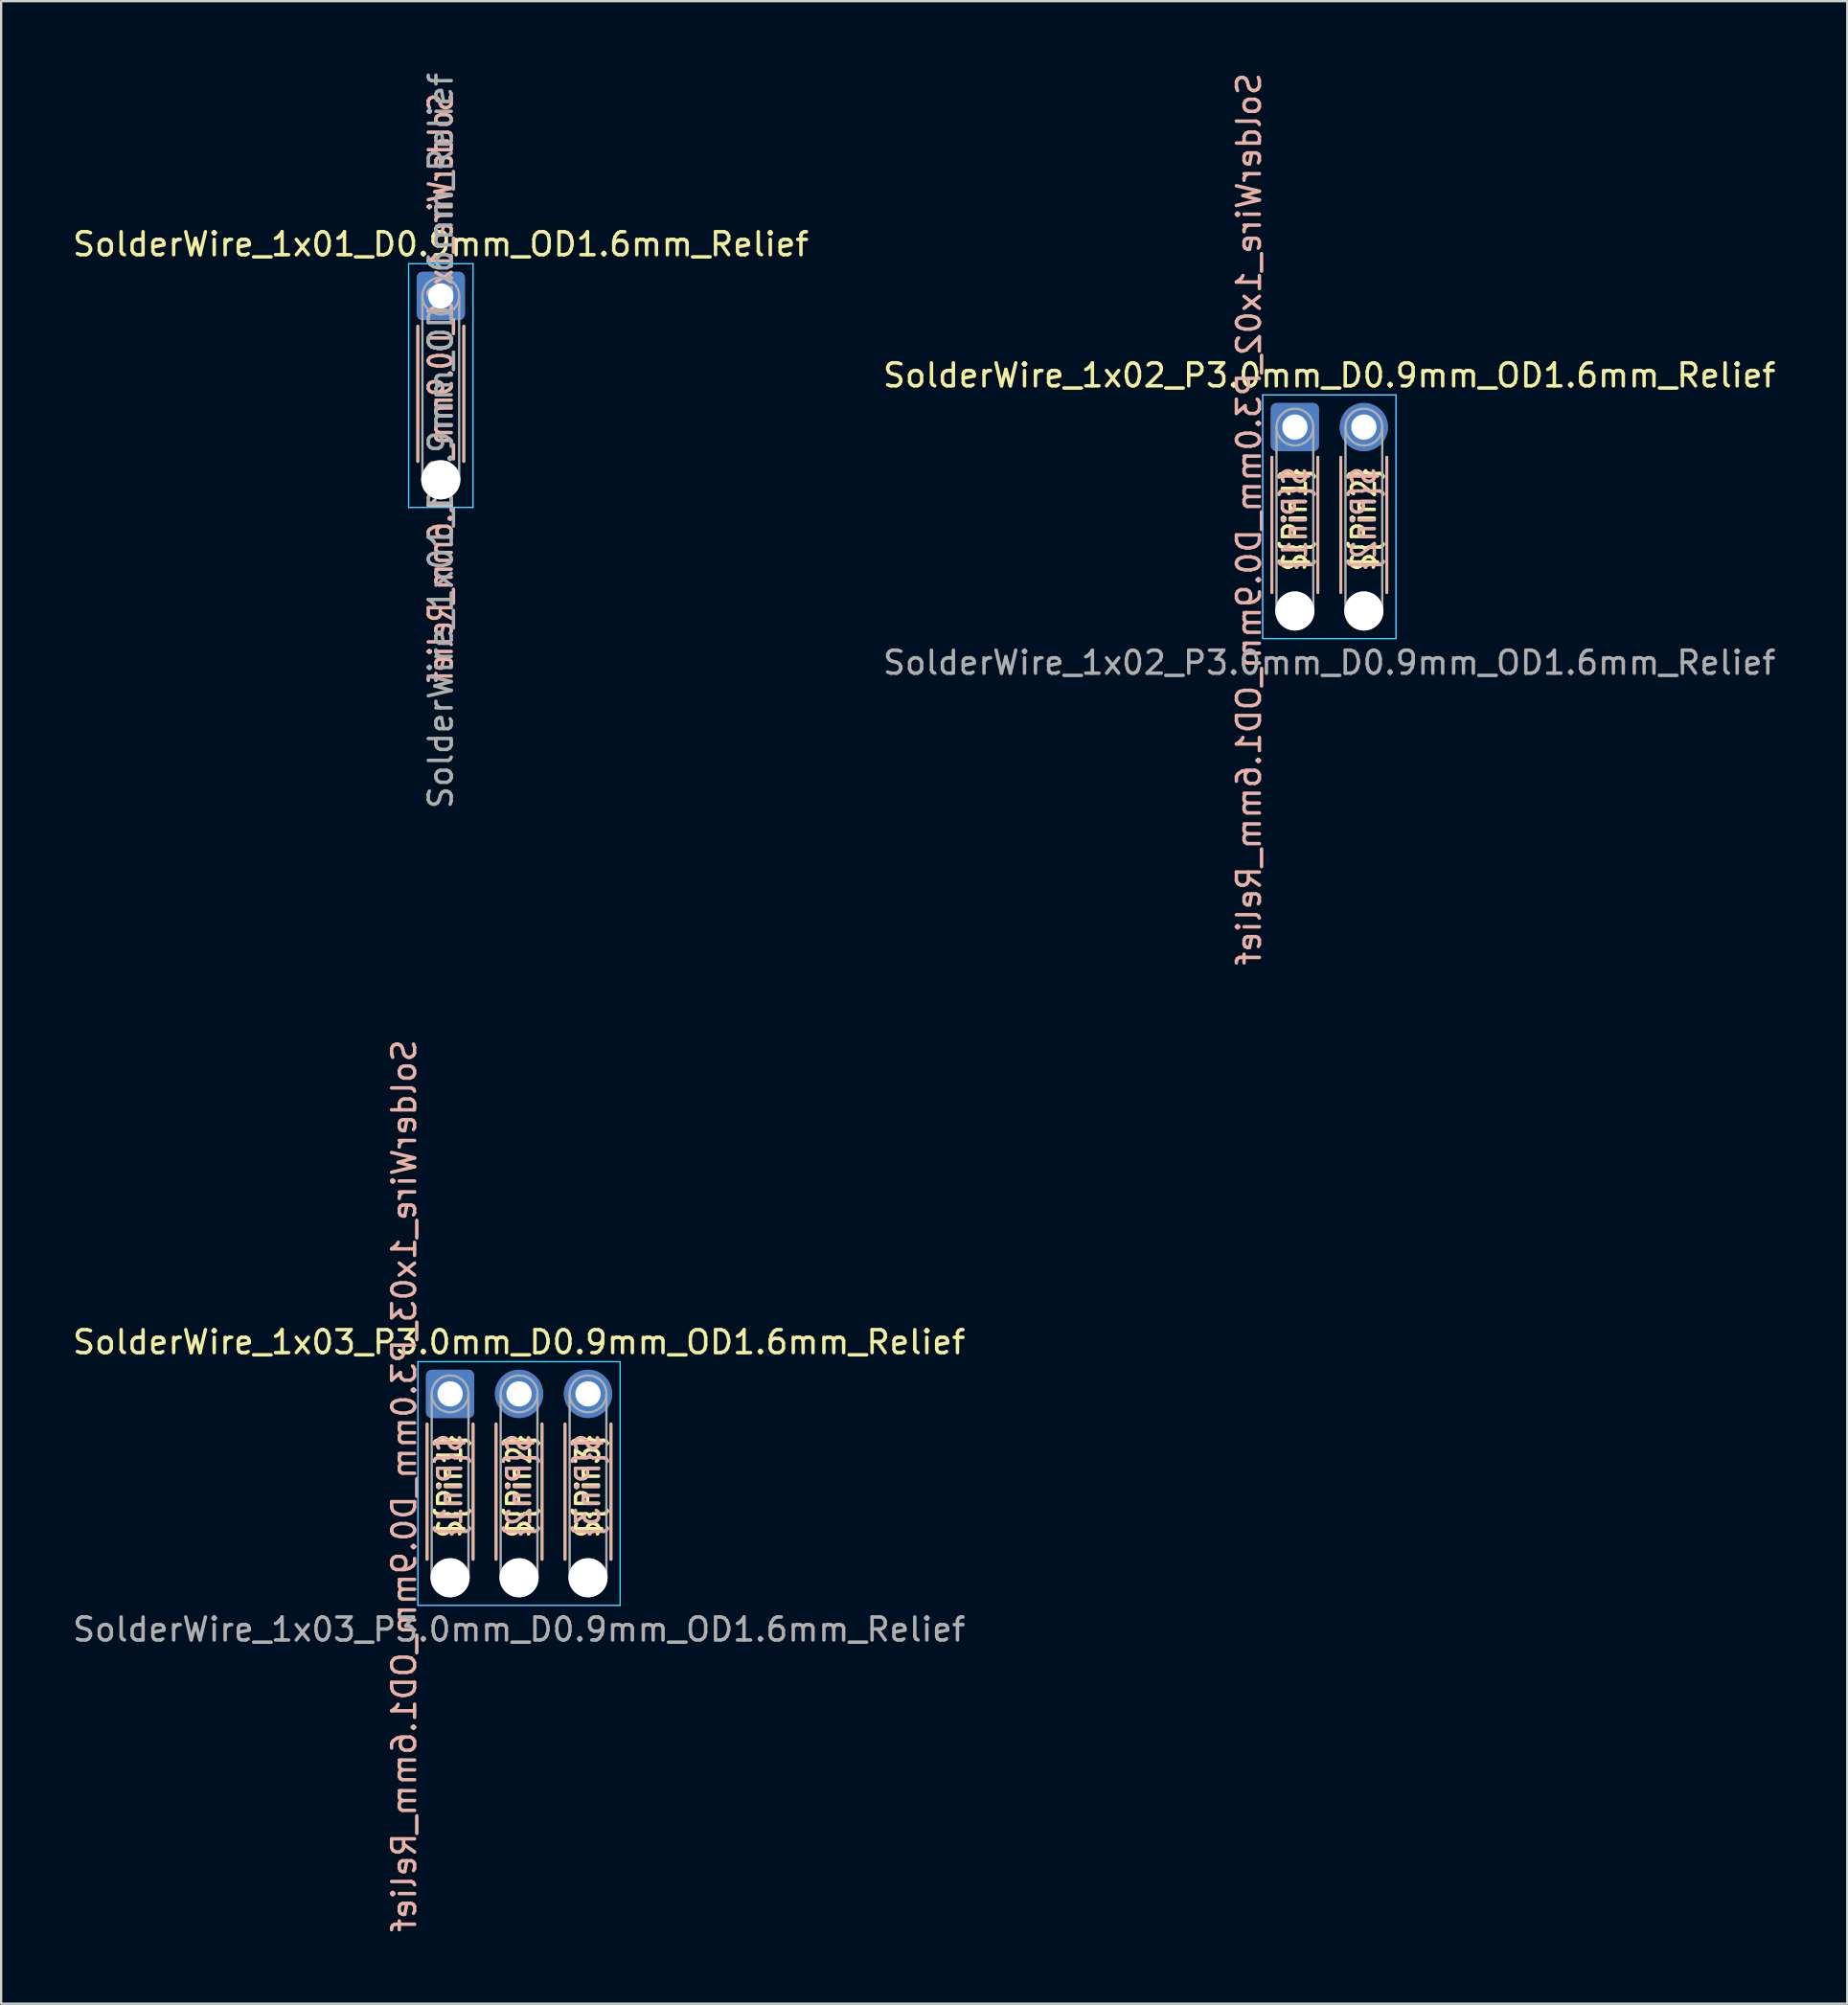
<source format=kicad_pcb>
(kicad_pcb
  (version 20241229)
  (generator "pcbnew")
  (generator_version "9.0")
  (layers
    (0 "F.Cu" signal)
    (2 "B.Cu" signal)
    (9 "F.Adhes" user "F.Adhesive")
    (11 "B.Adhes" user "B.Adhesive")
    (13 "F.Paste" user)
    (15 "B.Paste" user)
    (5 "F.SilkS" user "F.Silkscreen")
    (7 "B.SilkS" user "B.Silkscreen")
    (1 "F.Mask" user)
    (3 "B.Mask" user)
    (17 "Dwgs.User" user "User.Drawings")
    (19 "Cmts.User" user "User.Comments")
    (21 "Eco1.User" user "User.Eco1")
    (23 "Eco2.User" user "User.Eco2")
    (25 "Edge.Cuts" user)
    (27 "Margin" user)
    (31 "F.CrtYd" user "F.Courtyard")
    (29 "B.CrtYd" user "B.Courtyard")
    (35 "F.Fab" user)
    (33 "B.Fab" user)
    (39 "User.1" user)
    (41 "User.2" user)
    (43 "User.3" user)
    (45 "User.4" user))
  (footprint "SolderWire_1x02_P3.0mm_D0.9mm_OD1.6mm_Relief"
    (layer "F.Cu")
    (at 53.28 15.53)
    (property "Reference" "SolderWire_1x02_P3.0mm_D0.9mm_OD1.6mm_Relief" (at 1.5 -2.25 0) (layer "F.SilkS") (effects (font (size 1 1) (thickness 0.15))))
    (property "Value" "SolderWire_1x02_P3.0mm_D0.9mm_OD1.6mm_Relief" (at -2 4 90) (layer "F.SilkS") (hide yes) (effects (font (size 1 1) (thickness 0.15))))
    (attr exclude_from_pos_files exclude_from_bom)
    (fp_line (start -1 1.31) (end -1 7.2) (stroke (width 0.12) (type solid)) (layer "F.SilkS"))
    (fp_line (start 1 1.31) (end 1 7.2) (stroke (width 0.12) (type solid)) (layer "F.SilkS"))
    (fp_line (start 2 1.31) (end 2 7.2) (stroke (width 0.12) (type solid)) (layer "F.SilkS"))
    (fp_line (start 4 1.31) (end 4 7.2) (stroke (width 0.12) (type solid)) (layer "F.SilkS"))
    (fp_line (start -1 1.31) (end -1 7.2) (stroke (width 0.12) (type solid)) (layer "B.SilkS"))
    (fp_line (start 1 1.31) (end 1 7.2) (stroke (width 0.12) (type solid)) (layer "B.SilkS"))
    (fp_line (start 2 1.31) (end 2 7.2) (stroke (width 0.12) (type solid)) (layer "B.SilkS"))
    (fp_line (start 4 1.31) (end 4 7.2) (stroke (width 0.12) (type solid)) (layer "B.SilkS"))
    (fp_line (start -1.4 9.2) (end -1.4 -1.4) (stroke (width 0.05) (type solid)) (layer "B.CrtYd"))
    (fp_line (start -1.4 9.2) (end 4.4 9.2) (stroke (width 0.05) (type solid)) (layer "B.CrtYd"))
    (fp_line (start 4.4 -1.4) (end -1.4 -1.4) (stroke (width 0.05) (type solid)) (layer "B.CrtYd"))
    (fp_line (start 4.4 9.2) (end 4.4 -1.4) (stroke (width 0.05) (type solid)) (layer "B.CrtYd"))
    (fp_line (start -1.4 -1.4) (end -1.4 9.2) (stroke (width 0.05) (type solid)) (layer "F.CrtYd"))
    (fp_line (start -1.4 9.2) (end 4.4 9.2) (stroke (width 0.05) (type solid)) (layer "F.CrtYd"))
    (fp_line (start 4.4 -1.4) (end -1.4 -1.4) (stroke (width 0.05) (type solid)) (layer "F.CrtYd"))
    (fp_line (start 4.4 9.2) (end 4.4 -1.4) (stroke (width 0.05) (type solid)) (layer "F.CrtYd"))
    (fp_line (start -0.8 0) (end -0.8 8) (stroke (width 0.1) (type solid)) (layer "F.Fab"))
    (fp_line (start 0.8 0) (end 0.8 8) (stroke (width 0.1) (type solid)) (layer "F.Fab"))
    (fp_line (start 2.2 0) (end 2.2 8) (stroke (width 0.1) (type solid)) (layer "F.Fab"))
    (fp_line (start 3.8 0) (end 3.8 8) (stroke (width 0.1) (type solid)) (layer "F.Fab"))
    (fp_circle (center 0 0) (end 0.8 0) (stroke (width 0.1) (type solid)) (fill no) (layer "F.Fab"))
    (fp_circle (center 0 8) (end 0.8 8) (stroke (width 0.1) (type solid)) (fill no) (layer "F.Fab"))
    (fp_circle (center 3 0) (end 3.8 0) (stroke (width 0.1) (type solid)) (fill no) (layer "F.Fab"))
    (fp_circle (center 3 8) (end 3.8 8) (stroke (width 0.1) (type solid)) (fill no) (layer "F.Fab"))
    (fp_text user "${Pin2}" (at 3 4 90) (layer "F.SilkS") (effects (font (size 1 0.8) (thickness 0.15))))
    (fp_text user "${Pin1}" (at 0 4 90) (layer "F.SilkS") (effects (font (size 1 0.8) (thickness 0.15))))
    (fp_text user "${VALUE}" (at -2 4 90) (layer "B.SilkS") (effects (font (size 1 1) (thickness 0.15)) (justify mirror)))
    (fp_text user "${Pin1}" (at 0 4 90) (layer "B.SilkS") (effects (font (size 1 0.8) (thickness 0.15)) (justify mirror)))
    (fp_text user "${Pin2}" (at 3 4 90) (layer "B.SilkS") (effects (font (size 1 0.8) (thickness 0.15)) (justify mirror)))
    (fp_text user "${REFERENCE}" (at 1.5 10.25 180) (layer "F.Fab") (effects (font (size 1 1) (thickness 0.15))))
    (pad "" np_thru_hole circle (at 0 8) (size 1.7 1.7) (drill 1.7) (layers "*.Cu" "*.Mask"))
    (pad "" np_thru_hole circle (at 3 8) (size 1.7 1.7) (drill 1.7) (layers "*.Cu" "*.Mask"))
    (pad "1" thru_hole roundrect (at 0 0) (size 2.1 2.1) (drill 1.1) (layers "*.Cu" "*.Mask") (roundrect_rratio 0.119))
    (pad "2" thru_hole circle (at 3 0) (size 2.1 2.1) (drill 1.1) (layers "*.Cu" "*.Mask")))
  (footprint "SolderWire_1x03_P3.0mm_D0.9mm_OD1.6mm_Relief"
    (layer "F.Cu")
    (at 16.53 57.589)
    (property "Reference" "SolderWire_1x03_P3.0mm_D0.9mm_OD1.6mm_Relief" (at 3 -2.25 0) (layer "F.SilkS") (effects (font (size 1 1) (thickness 0.15))))
    (property "Value" "SolderWire_1x03_P3.0mm_D0.9mm_OD1.6mm_Relief" (at -2 4 90) (layer "F.SilkS") (hide yes) (effects (font (size 1 1) (thickness 0.15))))
    (attr exclude_from_pos_files exclude_from_bom)
    (fp_line (start -1 1.31) (end -1 7.2) (stroke (width 0.12) (type solid)) (layer "F.SilkS"))
    (fp_line (start 1 1.31) (end 1 7.2) (stroke (width 0.12) (type solid)) (layer "F.SilkS"))
    (fp_line (start 2 1.31) (end 2 7.2) (stroke (width 0.12) (type solid)) (layer "F.SilkS"))
    (fp_line (start 4 1.31) (end 4 7.2) (stroke (width 0.12) (type solid)) (layer "F.SilkS"))
    (fp_line (start 5 1.31) (end 5 7.2) (stroke (width 0.12) (type solid)) (layer "F.SilkS"))
    (fp_line (start 7 1.31) (end 7 7.2) (stroke (width 0.12) (type solid)) (layer "F.SilkS"))
    (fp_line (start -1 1.31) (end -1 7.2) (stroke (width 0.12) (type solid)) (layer "B.SilkS"))
    (fp_line (start 1 1.31) (end 1 7.2) (stroke (width 0.12) (type solid)) (layer "B.SilkS"))
    (fp_line (start 2 1.31) (end 2 7.2) (stroke (width 0.12) (type solid)) (layer "B.SilkS"))
    (fp_line (start 4 1.31) (end 4 7.2) (stroke (width 0.12) (type solid)) (layer "B.SilkS"))
    (fp_line (start 5 1.31) (end 5 7.2) (stroke (width 0.12) (type solid)) (layer "B.SilkS"))
    (fp_line (start 7 1.31) (end 7 7.2) (stroke (width 0.12) (type solid)) (layer "B.SilkS"))
    (fp_line (start -1.4 9.2) (end -1.4 -1.4) (stroke (width 0.05) (type solid)) (layer "B.CrtYd"))
    (fp_line (start -1.4 9.2) (end 7.4 9.2) (stroke (width 0.05) (type solid)) (layer "B.CrtYd"))
    (fp_line (start 7.4 -1.4) (end -1.4 -1.4) (stroke (width 0.05) (type solid)) (layer "B.CrtYd"))
    (fp_line (start 7.4 9.2) (end 7.4 -1.4) (stroke (width 0.05) (type solid)) (layer "B.CrtYd"))
    (fp_line (start -1.4 -1.4) (end -1.4 9.2) (stroke (width 0.05) (type solid)) (layer "F.CrtYd"))
    (fp_line (start -1.4 9.2) (end 7.4 9.2) (stroke (width 0.05) (type solid)) (layer "F.CrtYd"))
    (fp_line (start 7.4 -1.4) (end -1.4 -1.4) (stroke (width 0.05) (type solid)) (layer "F.CrtYd"))
    (fp_line (start 7.4 9.2) (end 7.4 -1.4) (stroke (width 0.05) (type solid)) (layer "F.CrtYd"))
    (fp_line (start -0.8 0) (end -0.8 8) (stroke (width 0.1) (type solid)) (layer "F.Fab"))
    (fp_line (start 0.8 0) (end 0.8 8) (stroke (width 0.1) (type solid)) (layer "F.Fab"))
    (fp_line (start 2.2 0) (end 2.2 8) (stroke (width 0.1) (type solid)) (layer "F.Fab"))
    (fp_line (start 3.8 0) (end 3.8 8) (stroke (width 0.1) (type solid)) (layer "F.Fab"))
    (fp_line (start 5.2 0) (end 5.2 8) (stroke (width 0.1) (type solid)) (layer "F.Fab"))
    (fp_line (start 6.8 0) (end 6.8 8) (stroke (width 0.1) (type solid)) (layer "F.Fab"))
    (fp_circle (center 0 0) (end 0.8 0) (stroke (width 0.1) (type solid)) (fill no) (layer "F.Fab"))
    (fp_circle (center 0 8) (end 0.8 8) (stroke (width 0.1) (type solid)) (fill no) (layer "F.Fab"))
    (fp_circle (center 3 0) (end 3.8 0) (stroke (width 0.1) (type solid)) (fill no) (layer "F.Fab"))
    (fp_circle (center 3 8) (end 3.8 8) (stroke (width 0.1) (type solid)) (fill no) (layer "F.Fab"))
    (fp_circle (center 6 0) (end 6.8 0) (stroke (width 0.1) (type solid)) (fill no) (layer "F.Fab"))
    (fp_circle (center 6 8) (end 6.8 8) (stroke (width 0.1) (type solid)) (fill no) (layer "F.Fab"))
    (fp_text user "${Pin3}" (at 6 4 90) (layer "F.SilkS") (effects (font (size 1 0.8) (thickness 0.15))))
    (fp_text user "${Pin2}" (at 3 4 90) (layer "F.SilkS") (effects (font (size 1 0.8) (thickness 0.15))))
    (fp_text user "${Pin1}" (at 0 4 90) (layer "F.SilkS") (effects (font (size 1 0.8) (thickness 0.15))))
    (fp_text user "${Pin3}" (at 6 4 90) (layer "B.SilkS") (effects (font (size 1 0.8) (thickness 0.15)) (justify mirror)))
    (fp_text user "${Pin2}" (at 3 4 90) (layer "B.SilkS") (effects (font (size 1 0.8) (thickness 0.15)) (justify mirror)))
    (fp_text user "${VALUE}" (at -2 4 90) (layer "B.SilkS") (effects (font (size 1 1) (thickness 0.15)) (justify mirror)))
    (fp_text user "${Pin1}" (at 0 4 90) (layer "B.SilkS") (effects (font (size 1 0.8) (thickness 0.15)) (justify mirror)))
    (fp_text user "${REFERENCE}" (at 3 10.25 180) (layer "F.Fab") (effects (font (size 1 1) (thickness 0.15))))
    (pad "" np_thru_hole circle (at 0 8) (size 1.7 1.7) (drill 1.7) (layers "*.Cu" "*.Mask"))
    (pad "" np_thru_hole circle (at 3 8) (size 1.7 1.7) (drill 1.7) (layers "*.Cu" "*.Mask"))
    (pad "" np_thru_hole circle (at 6 8) (size 1.7 1.7) (drill 1.7) (layers "*.Cu" "*.Mask"))
    (pad "1" thru_hole roundrect (at 0 0) (size 2.1 2.1) (drill 1.1) (layers "*.Cu" "*.Mask") (roundrect_rratio 0.119))
    (pad "2" thru_hole circle (at 3 0) (size 2.1 2.1) (drill 1.1) (layers "*.Cu" "*.Mask"))
    (pad "3" thru_hole circle (at 6 0) (size 2.1 2.1) (drill 1.1) (layers "*.Cu" "*.Mask")))
  (footprint "SolderWire_1x01_D0.9mm_OD1.6mm_Relief"
    (layer "F.Cu")
    (at 16.125 9.825)
    (property "Reference" "SolderWire_1x01_D0.9mm_OD1.6mm_Relief" (at 0 -2.25 0) (layer "F.SilkS") (effects (font (size 1 1) (thickness 0.15))))
    (property "Value" "SolderWire_1x01_D0.9mm_OD1.6mm_Relief" (at 0 4 90) (layer "F.SilkS") (hide yes) (effects (font (size 1 0.8) (thickness 0.15))))
    (attr exclude_from_pos_files exclude_from_bom)
    (fp_line (start -1 1.31) (end -1 7.2) (stroke (width 0.12) (type solid)) (layer "F.SilkS"))
    (fp_line (start 1 1.31) (end 1 7.2) (stroke (width 0.12) (type solid)) (layer "F.SilkS"))
    (fp_line (start -1 1.31) (end -1 7.2) (stroke (width 0.12) (type solid)) (layer "B.SilkS"))
    (fp_line (start 1 1.31) (end 1 7.2) (stroke (width 0.12) (type solid)) (layer "B.SilkS"))
    (fp_line (start -1.4 9.2) (end -1.4 -1.4) (stroke (width 0.05) (type solid)) (layer "B.CrtYd"))
    (fp_line (start -1.4 9.2) (end 1.4 9.2) (stroke (width 0.05) (type solid)) (layer "B.CrtYd"))
    (fp_line (start 1.4 -1.4) (end -1.4 -1.4) (stroke (width 0.05) (type solid)) (layer "B.CrtYd"))
    (fp_line (start 1.4 9.2) (end 1.4 -1.4) (stroke (width 0.05) (type solid)) (layer "B.CrtYd"))
    (fp_line (start -1.4 -1.4) (end -1.4 9.2) (stroke (width 0.05) (type solid)) (layer "F.CrtYd"))
    (fp_line (start -1.4 9.2) (end 1.4 9.2) (stroke (width 0.05) (type solid)) (layer "F.CrtYd"))
    (fp_line (start 1.4 -1.4) (end -1.4 -1.4) (stroke (width 0.05) (type solid)) (layer "F.CrtYd"))
    (fp_line (start 1.4 9.2) (end 1.4 -1.4) (stroke (width 0.05) (type solid)) (layer "F.CrtYd"))
    (fp_line (start -0.8 0) (end -0.8 8) (stroke (width 0.1) (type solid)) (layer "F.Fab"))
    (fp_line (start 0.8 0) (end 0.8 8) (stroke (width 0.1) (type solid)) (layer "F.Fab"))
    (fp_circle (center 0 0) (end 0.8 0) (stroke (width 0.1) (type solid)) (fill no) (layer "F.Fab"))
    (fp_circle (center 0 8) (end 0.8 8) (stroke (width 0.1) (type solid)) (fill no) (layer "F.Fab"))
    (fp_text user "${VALUE}" (at 0 4 90) (layer "B.SilkS") (effects (font (size 1 0.8) (thickness 0.15)) (justify mirror)))
    (fp_text user "${REFERENCE}" (at 0 6.3 90) (layer "F.Fab") (effects (font (size 1 1) (thickness 0.15))))
    (pad "" np_thru_hole circle (at 0 8) (size 1.7 1.7) (drill 1.7) (layers "*.Cu" "*.Mask"))
    (pad "1" thru_hole roundrect (at 0 0) (size 2.1 2.1) (drill 1.1) (layers "*.Cu" "*.Mask") (roundrect_rratio 0.119)))
  (gr_rect
    (start -3 -3)
    (end 77.31 84.119)
    (stroke (width 0.1) (type default))
    (fill no)
    (layer "Edge.Cuts")))
</source>
